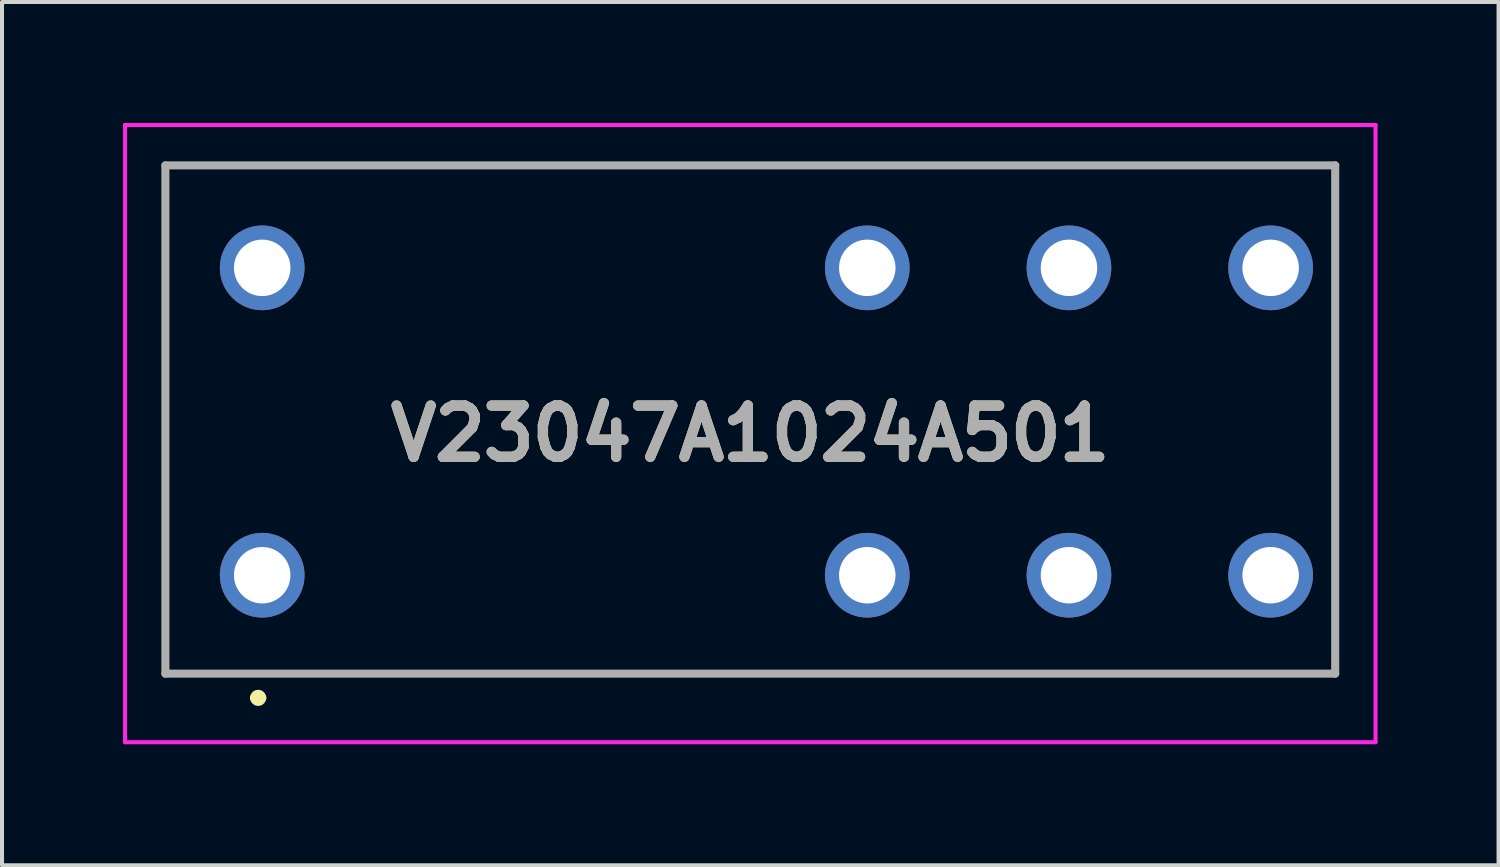
<source format=kicad_pcb>
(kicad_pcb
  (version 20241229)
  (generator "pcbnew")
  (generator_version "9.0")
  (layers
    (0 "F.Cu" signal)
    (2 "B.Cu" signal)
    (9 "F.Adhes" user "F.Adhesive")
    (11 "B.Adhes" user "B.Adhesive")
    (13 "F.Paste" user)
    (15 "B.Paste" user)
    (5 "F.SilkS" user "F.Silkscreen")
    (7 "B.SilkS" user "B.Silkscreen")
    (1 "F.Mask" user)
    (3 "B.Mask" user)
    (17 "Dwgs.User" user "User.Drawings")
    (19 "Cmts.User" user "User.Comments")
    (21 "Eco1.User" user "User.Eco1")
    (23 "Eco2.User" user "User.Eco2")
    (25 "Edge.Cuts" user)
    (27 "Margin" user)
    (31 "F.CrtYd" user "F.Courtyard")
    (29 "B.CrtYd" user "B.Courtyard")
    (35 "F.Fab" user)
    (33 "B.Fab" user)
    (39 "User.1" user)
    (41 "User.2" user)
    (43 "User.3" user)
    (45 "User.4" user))
  (footprint "V23047A1024A501"
    (layer "F.Cu")
    (at 15.55 7.7)
    (property "Reference" "V23047A1024A501" (at 0 0 0) (layer "F.SilkS") (effects (font (size 1.27 1.27) (thickness 0.254))))
    (attr through_hole)
    (fp_line (start -14.5 -6.65) (end 14.5 -6.65) (stroke (width 0.1) (type solid)) (layer "F.SilkS"))
    (fp_line (start -14.5 5.95) (end -14.5 -6.65) (stroke (width 0.1) (type solid)) (layer "F.SilkS"))
    (fp_line (start -12.3 6.55) (end -12.3 6.55) (stroke (width 0.2) (type solid)) (layer "F.SilkS"))
    (fp_line (start -12.1 6.55) (end -12.1 6.55) (stroke (width 0.2) (type solid)) (layer "F.SilkS"))
    (fp_line (start 14.5 -6.65) (end 14.5 5.95) (stroke (width 0.1) (type solid)) (layer "F.SilkS"))
    (fp_line (start 14.5 5.95) (end -14.5 5.95) (stroke (width 0.1) (type solid)) (layer "F.SilkS"))
    (fp_arc (start -12.3 6.55) (mid -12.2 6.45) (end -12.1 6.55) (stroke (width 0.2) (type solid)) (layer "F.SilkS"))
    (fp_arc (start -12.1 6.55) (mid -12.2 6.65) (end -12.3 6.55) (stroke (width 0.2) (type solid)) (layer "F.SilkS"))
    (fp_line (start -15.5 -7.65) (end 15.5 -7.65) (stroke (width 0.1) (type solid)) (layer "F.CrtYd"))
    (fp_line (start -15.5 7.65) (end -15.5 -7.65) (stroke (width 0.1) (type solid)) (layer "F.CrtYd"))
    (fp_line (start 15.5 -7.65) (end 15.5 7.65) (stroke (width 0.1) (type solid)) (layer "F.CrtYd"))
    (fp_line (start 15.5 7.65) (end -15.5 7.65) (stroke (width 0.1) (type solid)) (layer "F.CrtYd"))
    (fp_line (start -14.5 -6.65) (end 14.5 -6.65) (stroke (width 0.2) (type solid)) (layer "F.Fab"))
    (fp_line (start -14.5 5.95) (end -14.5 -6.65) (stroke (width 0.2) (type solid)) (layer "F.Fab"))
    (fp_line (start 14.5 -6.65) (end 14.5 5.95) (stroke (width 0.2) (type solid)) (layer "F.Fab"))
    (fp_line (start 14.5 5.95) (end -14.5 5.95) (stroke (width 0.2) (type solid)) (layer "F.Fab"))
    (fp_text user "${REFERENCE}" (at 0 0 0) (layer "F.Fab") (effects (font (size 1.27 1.27) (thickness 0.254))))
    (pad "11" thru_hole circle (at 7.9 -4.11) (size 2.1 2.1) (drill 1.4) (layers "*.Cu" "*.Mask"))
    (pad "12" thru_hole circle (at 2.9 -4.11) (size 2.1 2.1) (drill 1.4) (layers "*.Cu" "*.Mask"))
    (pad "14" thru_hole circle (at 12.9 -4.11) (size 2.1 2.1) (drill 1.4) (layers "*.Cu" "*.Mask"))
    (pad "21" thru_hole circle (at 7.9 3.51) (size 2.1 2.1) (drill 1.4) (layers "*.Cu" "*.Mask"))
    (pad "22" thru_hole circle (at 2.9 3.51) (size 2.1 2.1) (drill 1.4) (layers "*.Cu" "*.Mask"))
    (pad "24" thru_hole circle (at 12.9 3.51) (size 2.1 2.1) (drill 1.4) (layers "*.Cu" "*.Mask"))
    (pad "A1" thru_hole circle (at -12.1 -4.11) (size 2.1 2.1) (drill 1.4) (layers "*.Cu" "*.Mask"))
    (pad "A2" thru_hole circle (at -12.1 3.51) (size 2.1 2.1) (drill 1.4) (layers "*.Cu" "*.Mask")))
  (gr_rect
    (start -3 -3)
    (end 34.1 18.4)
    (stroke (width 0.1) (type default))
    (fill no)
    (layer "Edge.Cuts")))
</source>
